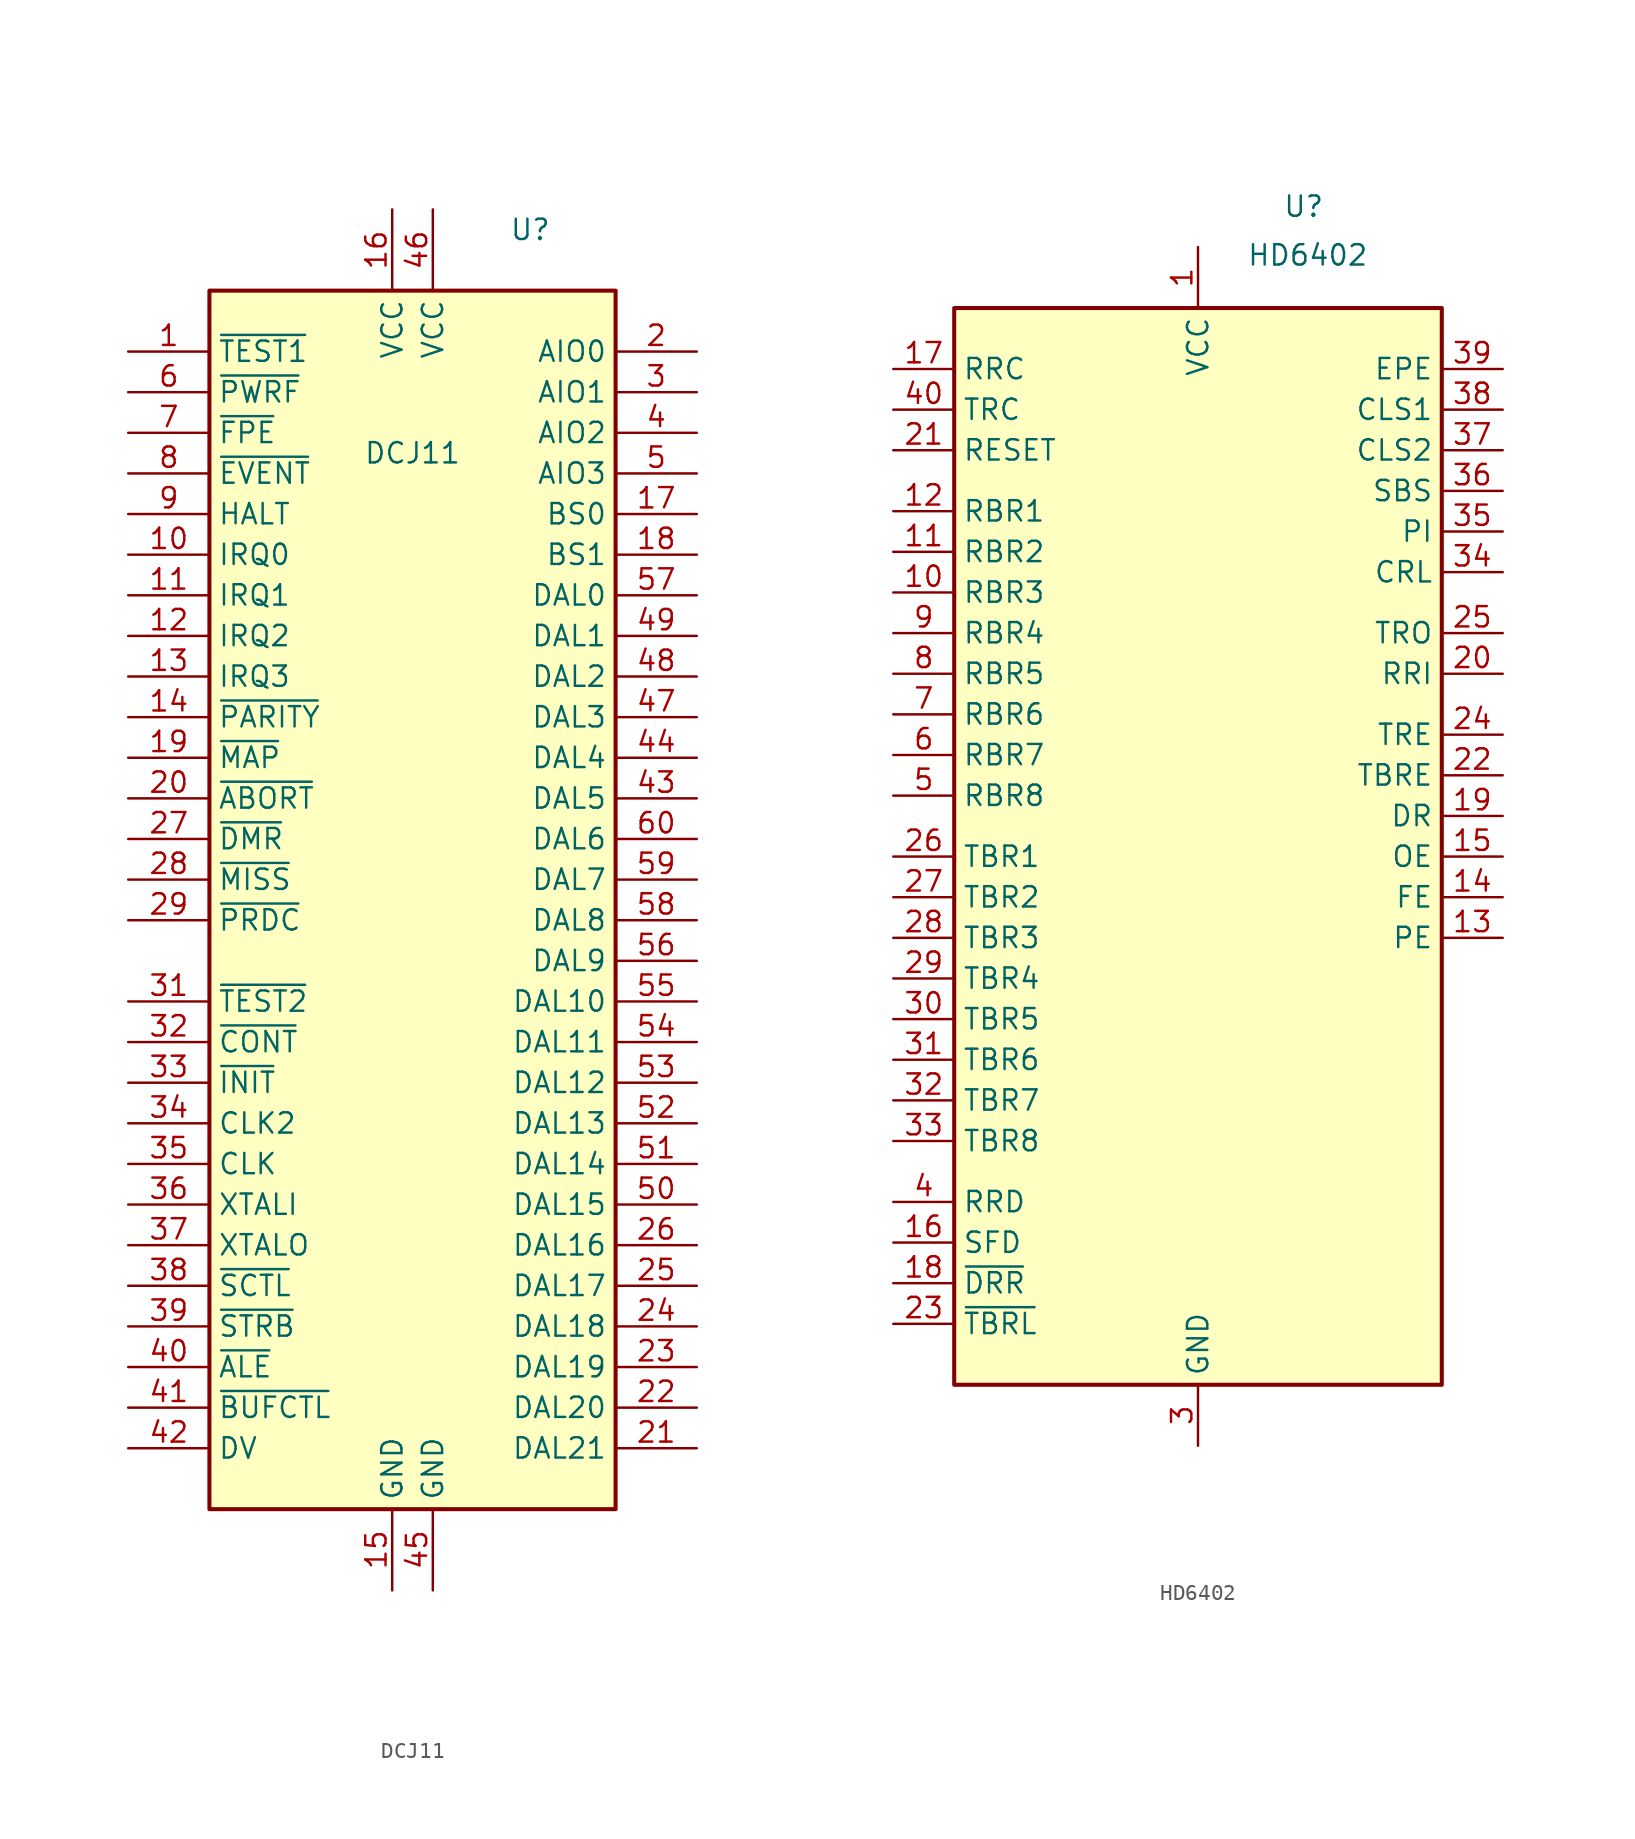
<source format=kicad_sym>
(kicad_symbol_lib
  (version 20231120)
  (generator "kicad_symbol_editor")
  (generator_version "8.0")
  (symbol "DCJ11"
    (property "Reference" "U"
      (at 7.366 44.45 0)
      (effects (font (size 1.27 1.27))))
    (property "Value" "DCJ11"
      (at 0 30.48 0)
      (effects (font (size 1.27 1.27))))
    (symbol "DCJ11_1_1"
      (rectangle (start -12.7 40.64) (end 12.7 -35.56) (stroke (width 0.254) (type default)) (fill (type background)))
      (pin input line (at -17.78 36.83 0) (length 5.08) (name "~{TEST1}" (effects (font (size 1.27 1.27)))) (number "1" (effects (font (size 1.27 1.27)))))
      (pin input line (at -17.78 24.13 0) (length 5.08) (name "IRQ0" (effects (font (size 1.27 1.27)))) (number "10" (effects (font (size 1.27 1.27)))))
      (pin input line (at -17.78 21.59 0) (length 5.08) (name "IRQ1" (effects (font (size 1.27 1.27)))) (number "11" (effects (font (size 1.27 1.27)))))
      (pin input line (at -17.78 19.05 0) (length 5.08) (name "IRQ2" (effects (font (size 1.27 1.27)))) (number "12" (effects (font (size 1.27 1.27)))))
      (pin input line (at -17.78 16.51 0) (length 5.08) (name "IRQ3" (effects (font (size 1.27 1.27)))) (number "13" (effects (font (size 1.27 1.27)))))
      (pin input line (at -17.78 13.97 0) (length 5.08) (name "~{PARITY}" (effects (font (size 1.27 1.27)))) (number "14" (effects (font (size 1.27 1.27)))))
      (pin power_in line (at -1.27 -40.64 90) (length 5.08) (name "GND" (effects (font (size 1.27 1.27)))) (number "15" (effects (font (size 1.27 1.27)))))
      (pin power_in line (at -1.27 45.72 270) (length 5.08) (name "VCC" (effects (font (size 1.27 1.27)))) (number "16" (effects (font (size 1.27 1.27)))))
      (pin output line (at 17.78 26.67 180) (length 5.08) (name "BS0" (effects (font (size 1.27 1.27)))) (number "17" (effects (font (size 1.27 1.27)))))
      (pin output line (at 17.78 24.13 180) (length 5.08) (name "BS1" (effects (font (size 1.27 1.27)))) (number "18" (effects (font (size 1.27 1.27)))))
      (pin output line (at -17.78 11.43 0) (length 5.08) (name "~{MAP}" (effects (font (size 1.27 1.27)))) (number "19" (effects (font (size 1.27 1.27)))))
      (pin output line (at 17.78 36.83 180) (length 5.08) (name "AIO0" (effects (font (size 1.27 1.27)))) (number "2" (effects (font (size 1.27 1.27)))))
      (pin open_collector line (at -17.78 8.89 0) (length 5.08) (name "~{ABORT}" (effects (font (size 1.27 1.27)))) (number "20" (effects (font (size 1.27 1.27)))))
      (pin bidirectional line (at 17.78 -31.75 180) (length 5.08) (name "DAL21" (effects (font (size 1.27 1.27)))) (number "21" (effects (font (size 1.27 1.27)))))
      (pin bidirectional line (at 17.78 -29.21 180) (length 5.08) (name "DAL20" (effects (font (size 1.27 1.27)))) (number "22" (effects (font (size 1.27 1.27)))))
      (pin bidirectional line (at 17.78 -26.67 180) (length 5.08) (name "DAL19" (effects (font (size 1.27 1.27)))) (number "23" (effects (font (size 1.27 1.27)))))
      (pin bidirectional line (at 17.78 -24.13 180) (length 5.08) (name "DAL18" (effects (font (size 1.27 1.27)))) (number "24" (effects (font (size 1.27 1.27)))))
      (pin bidirectional line (at 17.78 -21.59 180) (length 5.08) (name "DAL17" (effects (font (size 1.27 1.27)))) (number "25" (effects (font (size 1.27 1.27)))))
      (pin bidirectional line (at 17.78 -19.05 180) (length 5.08) (name "DAL16" (effects (font (size 1.27 1.27)))) (number "26" (effects (font (size 1.27 1.27)))))
      (pin input line (at -17.78 6.35 0) (length 5.08) (name "~{DMR}" (effects (font (size 1.27 1.27)))) (number "27" (effects (font (size 1.27 1.27)))))
      (pin input line (at -17.78 3.81 0) (length 5.08) (name "~{MISS}" (effects (font (size 1.27 1.27)))) (number "28" (effects (font (size 1.27 1.27)))))
      (pin output line (at -17.78 1.27 0) (length 5.08) (name "~{PRDC}" (effects (font (size 1.27 1.27)))) (number "29" (effects (font (size 1.27 1.27)))))
      (pin output line (at 17.78 34.29 180) (length 5.08) (name "AIO1" (effects (font (size 1.27 1.27)))) (number "3" (effects (font (size 1.27 1.27)))))
      (pin no_connect line (at -17.78 -1.27 0) (length 5.08) hide (name "NC" (effects (font (size 1.27 1.27)))) (number "30" (effects (font (size 1.27 1.27)))))
      (pin input line (at -17.78 -3.81 0) (length 5.08) (name "~{TEST2}" (effects (font (size 1.27 1.27)))) (number "31" (effects (font (size 1.27 1.27)))))
      (pin input line (at -17.78 -6.35 0) (length 5.08) (name "~{CONT}" (effects (font (size 1.27 1.27)))) (number "32" (effects (font (size 1.27 1.27)))))
      (pin input line (at -17.78 -8.89 0) (length 5.08) (name "~{INIT}" (effects (font (size 1.27 1.27)))) (number "33" (effects (font (size 1.27 1.27)))))
      (pin output line (at -17.78 -11.43 0) (length 5.08) (name "CLK2" (effects (font (size 1.27 1.27)))) (number "34" (effects (font (size 1.27 1.27)))))
      (pin bidirectional line (at -17.78 -13.97 0) (length 5.08) (name "CLK" (effects (font (size 1.27 1.27)))) (number "35" (effects (font (size 1.27 1.27)))))
      (pin input line (at -17.78 -16.51 0) (length 5.08) (name "XTALI" (effects (font (size 1.27 1.27)))) (number "36" (effects (font (size 1.27 1.27)))))
      (pin output line (at -17.78 -19.05 0) (length 5.08) (name "XTALO" (effects (font (size 1.27 1.27)))) (number "37" (effects (font (size 1.27 1.27)))))
      (pin output line (at -17.78 -21.59 0) (length 5.08) (name "~{SCTL}" (effects (font (size 1.27 1.27)))) (number "38" (effects (font (size 1.27 1.27)))))
      (pin output line (at -17.78 -24.13 0) (length 5.08) (name "~{STRB}" (effects (font (size 1.27 1.27)))) (number "39" (effects (font (size 1.27 1.27)))))
      (pin output line (at 17.78 31.75 180) (length 5.08) (name "AIO2" (effects (font (size 1.27 1.27)))) (number "4" (effects (font (size 1.27 1.27)))))
      (pin output line (at -17.78 -26.67 0) (length 5.08) (name "~{ALE}" (effects (font (size 1.27 1.27)))) (number "40" (effects (font (size 1.27 1.27)))))
      (pin output line (at -17.78 -29.21 0) (length 5.08) (name "~{BUFCTL}" (effects (font (size 1.27 1.27)))) (number "41" (effects (font (size 1.27 1.27)))))
      (pin input line (at -17.78 -31.75 0) (length 5.08) (name "DV" (effects (font (size 1.27 1.27)))) (number "42" (effects (font (size 1.27 1.27)))))
      (pin bidirectional line (at 17.78 8.89 180) (length 5.08) (name "DAL5" (effects (font (size 1.27 1.27)))) (number "43" (effects (font (size 1.27 1.27)))))
      (pin bidirectional line (at 17.78 11.43 180) (length 5.08) (name "DAL4" (effects (font (size 1.27 1.27)))) (number "44" (effects (font (size 1.27 1.27)))))
      (pin power_in line (at 1.27 -40.64 90) (length 5.08) (name "GND" (effects (font (size 1.27 1.27)))) (number "45" (effects (font (size 1.27 1.27)))))
      (pin power_in line (at 1.27 45.72 270) (length 5.08) (name "VCC" (effects (font (size 1.27 1.27)))) (number "46" (effects (font (size 1.27 1.27)))))
      (pin bidirectional line (at 17.78 13.97 180) (length 5.08) (name "DAL3" (effects (font (size 1.27 1.27)))) (number "47" (effects (font (size 1.27 1.27)))))
      (pin bidirectional line (at 17.78 16.51 180) (length 5.08) (name "DAL2" (effects (font (size 1.27 1.27)))) (number "48" (effects (font (size 1.27 1.27)))))
      (pin bidirectional line (at 17.78 19.05 180) (length 5.08) (name "DAL1" (effects (font (size 1.27 1.27)))) (number "49" (effects (font (size 1.27 1.27)))))
      (pin output line (at 17.78 29.21 180) (length 5.08) (name "AIO3" (effects (font (size 1.27 1.27)))) (number "5" (effects (font (size 1.27 1.27)))))
      (pin bidirectional line (at 17.78 -16.51 180) (length 5.08) (name "DAL15" (effects (font (size 1.27 1.27)))) (number "50" (effects (font (size 1.27 1.27)))))
      (pin bidirectional line (at 17.78 -13.97 180) (length 5.08) (name "DAL14" (effects (font (size 1.27 1.27)))) (number "51" (effects (font (size 1.27 1.27)))))
      (pin bidirectional line (at 17.78 -11.43 180) (length 5.08) (name "DAL13" (effects (font (size 1.27 1.27)))) (number "52" (effects (font (size 1.27 1.27)))))
      (pin bidirectional line (at 17.78 -8.89 180) (length 5.08) (name "DAL12" (effects (font (size 1.27 1.27)))) (number "53" (effects (font (size 1.27 1.27)))))
      (pin bidirectional line (at 17.78 -6.35 180) (length 5.08) (name "DAL11" (effects (font (size 1.27 1.27)))) (number "54" (effects (font (size 1.27 1.27)))))
      (pin bidirectional line (at 17.78 -3.81 180) (length 5.08) (name "DAL10" (effects (font (size 1.27 1.27)))) (number "55" (effects (font (size 1.27 1.27)))))
      (pin bidirectional line (at 17.78 -1.27 180) (length 5.08) (name "DAL9" (effects (font (size 1.27 1.27)))) (number "56" (effects (font (size 1.27 1.27)))))
      (pin bidirectional line (at 17.78 21.59 180) (length 5.08) (name "DAL0" (effects (font (size 1.27 1.27)))) (number "57" (effects (font (size 1.27 1.27)))))
      (pin bidirectional line (at 17.78 1.27 180) (length 5.08) (name "DAL8" (effects (font (size 1.27 1.27)))) (number "58" (effects (font (size 1.27 1.27)))))
      (pin bidirectional line (at 17.78 3.81 180) (length 5.08) (name "DAL7" (effects (font (size 1.27 1.27)))) (number "59" (effects (font (size 1.27 1.27)))))
      (pin input line (at -17.78 34.29 0) (length 5.08) (name "~{PWRF}" (effects (font (size 1.27 1.27)))) (number "6" (effects (font (size 1.27 1.27)))))
      (pin bidirectional line (at 17.78 6.35 180) (length 5.08) (name "DAL6" (effects (font (size 1.27 1.27)))) (number "60" (effects (font (size 1.27 1.27)))))
      (pin input line (at -17.78 31.75 0) (length 5.08) (name "~{FPE}" (effects (font (size 1.27 1.27)))) (number "7" (effects (font (size 1.27 1.27)))))
      (pin input line (at -17.78 29.21 0) (length 5.08) (name "~{EVENT}" (effects (font (size 1.27 1.27)))) (number "8" (effects (font (size 1.27 1.27)))))
      (pin input line (at -17.78 26.67 0) (length 5.08) (name "HALT" (effects (font (size 1.27 1.27)))) (number "9" (effects (font (size 1.27 1.27)))))))
  (symbol "HD6402"
    (property "Reference" "U"
      (at 6.604 43.18 0)
      (effects (font (size 1.27 1.27))))
    (property "Value" "HD6402"
      (at 6.858 40.132 0)
      (effects (font (size 1.27 1.27))))
    (symbol "HD6402_1_1"
      (rectangle (start -15.24 36.83) (end 15.24 -30.48) (stroke (width 0.254) (type default)) (fill (type background)))
      (pin power_in line (at 0 40.64 270) (length 3.81) (name "VCC" (effects (font (size 1.27 1.27)))) (number "1" (effects (font (size 1.27 1.27)))))
      (pin tri_state line (at -19.05 19.05 0) (length 3.81) (name "RBR3" (effects (font (size 1.27 1.27)))) (number "10" (effects (font (size 1.27 1.27)))))
      (pin tri_state line (at -19.05 21.59 0) (length 3.81) (name "RBR2" (effects (font (size 1.27 1.27)))) (number "11" (effects (font (size 1.27 1.27)))))
      (pin tri_state line (at -19.05 24.13 0) (length 3.81) (name "RBR1" (effects (font (size 1.27 1.27)))) (number "12" (effects (font (size 1.27 1.27)))))
      (pin tri_state line (at 19.05 -2.54 180) (length 3.81) (name "PE" (effects (font (size 1.27 1.27)))) (number "13" (effects (font (size 1.27 1.27)))))
      (pin tri_state line (at 19.05 0 180) (length 3.81) (name "FE" (effects (font (size 1.27 1.27)))) (number "14" (effects (font (size 1.27 1.27)))))
      (pin tri_state line (at 19.05 2.54 180) (length 3.81) (name "OE" (effects (font (size 1.27 1.27)))) (number "15" (effects (font (size 1.27 1.27)))))
      (pin input line (at -19.05 -21.59 0) (length 3.81) (name "SFD" (effects (font (size 1.27 1.27)))) (number "16" (effects (font (size 1.27 1.27)))))
      (pin input line (at -19.05 33.02 0) (length 3.81) (name "RRC" (effects (font (size 1.27 1.27)))) (number "17" (effects (font (size 1.27 1.27)))))
      (pin input line (at -19.05 -24.13 0) (length 3.81) (name "~{DRR}" (effects (font (size 1.27 1.27)))) (number "18" (effects (font (size 1.27 1.27)))))
      (pin tri_state line (at 19.05 5.08 180) (length 3.81) (name "DR" (effects (font (size 1.27 1.27)))) (number "19" (effects (font (size 1.27 1.27)))))
      (pin no_connect line (at 19.05 -10.16 180) (length 3.81) hide (name "NC" (effects (font (size 1.27 1.27)))) (number "2" (effects (font (size 1.27 1.27)))))
      (pin input line (at 19.05 13.97 180) (length 3.81) (name "RRI" (effects (font (size 1.27 1.27)))) (number "20" (effects (font (size 1.27 1.27)))))
      (pin input line (at -19.05 27.94 0) (length 3.81) (name "RESET" (effects (font (size 1.27 1.27)))) (number "21" (effects (font (size 1.27 1.27)))))
      (pin tri_state line (at 19.05 7.62 180) (length 3.81) (name "TBRE" (effects (font (size 1.27 1.27)))) (number "22" (effects (font (size 1.27 1.27)))))
      (pin input line (at -19.05 -26.67 0) (length 3.81) (name "~{TBRL}" (effects (font (size 1.27 1.27)))) (number "23" (effects (font (size 1.27 1.27)))))
      (pin output line (at 19.05 10.16 180) (length 3.81) (name "TRE" (effects (font (size 1.27 1.27)))) (number "24" (effects (font (size 1.27 1.27)))))
      (pin output line (at 19.05 16.51 180) (length 3.81) (name "TRO" (effects (font (size 1.27 1.27)))) (number "25" (effects (font (size 1.27 1.27)))))
      (pin input line (at -19.05 2.54 0) (length 3.81) (name "TBR1" (effects (font (size 1.27 1.27)))) (number "26" (effects (font (size 1.27 1.27)))))
      (pin input line (at -19.05 0 0) (length 3.81) (name "TBR2" (effects (font (size 1.27 1.27)))) (number "27" (effects (font (size 1.27 1.27)))))
      (pin input line (at -19.05 -2.54 0) (length 3.81) (name "TBR3" (effects (font (size 1.27 1.27)))) (number "28" (effects (font (size 1.27 1.27)))))
      (pin input line (at -19.05 -5.08 0) (length 3.81) (name "TBR4" (effects (font (size 1.27 1.27)))) (number "29" (effects (font (size 1.27 1.27)))))
      (pin power_in line (at 0 -34.29 90) (length 3.81) (name "GND" (effects (font (size 1.27 1.27)))) (number "3" (effects (font (size 1.27 1.27)))))
      (pin input line (at -19.05 -7.62 0) (length 3.81) (name "TBR5" (effects (font (size 1.27 1.27)))) (number "30" (effects (font (size 1.27 1.27)))))
      (pin input line (at -19.05 -10.16 0) (length 3.81) (name "TBR6" (effects (font (size 1.27 1.27)))) (number "31" (effects (font (size 1.27 1.27)))))
      (pin input line (at -19.05 -12.7 0) (length 3.81) (name "TBR7" (effects (font (size 1.27 1.27)))) (number "32" (effects (font (size 1.27 1.27)))))
      (pin input line (at -19.05 -15.24 0) (length 3.81) (name "TBR8" (effects (font (size 1.27 1.27)))) (number "33" (effects (font (size 1.27 1.27)))))
      (pin input line (at 19.05 20.32 180) (length 3.81) (name "CRL" (effects (font (size 1.27 1.27)))) (number "34" (effects (font (size 1.27 1.27)))))
      (pin input line (at 19.05 22.86 180) (length 3.81) (name "PI" (effects (font (size 1.27 1.27)))) (number "35" (effects (font (size 1.27 1.27)))))
      (pin input line (at 19.05 25.4 180) (length 3.81) (name "SBS" (effects (font (size 1.27 1.27)))) (number "36" (effects (font (size 1.27 1.27)))))
      (pin input line (at 19.05 27.94 180) (length 3.81) (name "CLS2" (effects (font (size 1.27 1.27)))) (number "37" (effects (font (size 1.27 1.27)))))
      (pin input line (at 19.05 30.48 180) (length 3.81) (name "CLS1" (effects (font (size 1.27 1.27)))) (number "38" (effects (font (size 1.27 1.27)))))
      (pin input line (at 19.05 33.02 180) (length 3.81) (name "EPE" (effects (font (size 1.27 1.27)))) (number "39" (effects (font (size 1.27 1.27)))))
      (pin input line (at -19.05 -19.05 0) (length 3.81) (name "RRD" (effects (font (size 1.27 1.27)))) (number "4" (effects (font (size 1.27 1.27)))))
      (pin input line (at -19.05 30.48 0) (length 3.81) (name "TRC" (effects (font (size 1.27 1.27)))) (number "40" (effects (font (size 1.27 1.27)))))
      (pin tri_state line (at -19.05 6.35 0) (length 3.81) (name "RBR8" (effects (font (size 1.27 1.27)))) (number "5" (effects (font (size 1.27 1.27)))))
      (pin tri_state line (at -19.05 8.89 0) (length 3.81) (name "RBR7" (effects (font (size 1.27 1.27)))) (number "6" (effects (font (size 1.27 1.27)))))
      (pin tri_state line (at -19.05 11.43 0) (length 3.81) (name "RBR6" (effects (font (size 1.27 1.27)))) (number "7" (effects (font (size 1.27 1.27)))))
      (pin tri_state line (at -19.05 13.97 0) (length 3.81) (name "RBR5" (effects (font (size 1.27 1.27)))) (number "8" (effects (font (size 1.27 1.27)))))
      (pin tri_state line (at -19.05 16.51 0) (length 3.81) (name "RBR4" (effects (font (size 1.27 1.27)))) (number "9" (effects (font (size 1.27 1.27))))))))
</source>
